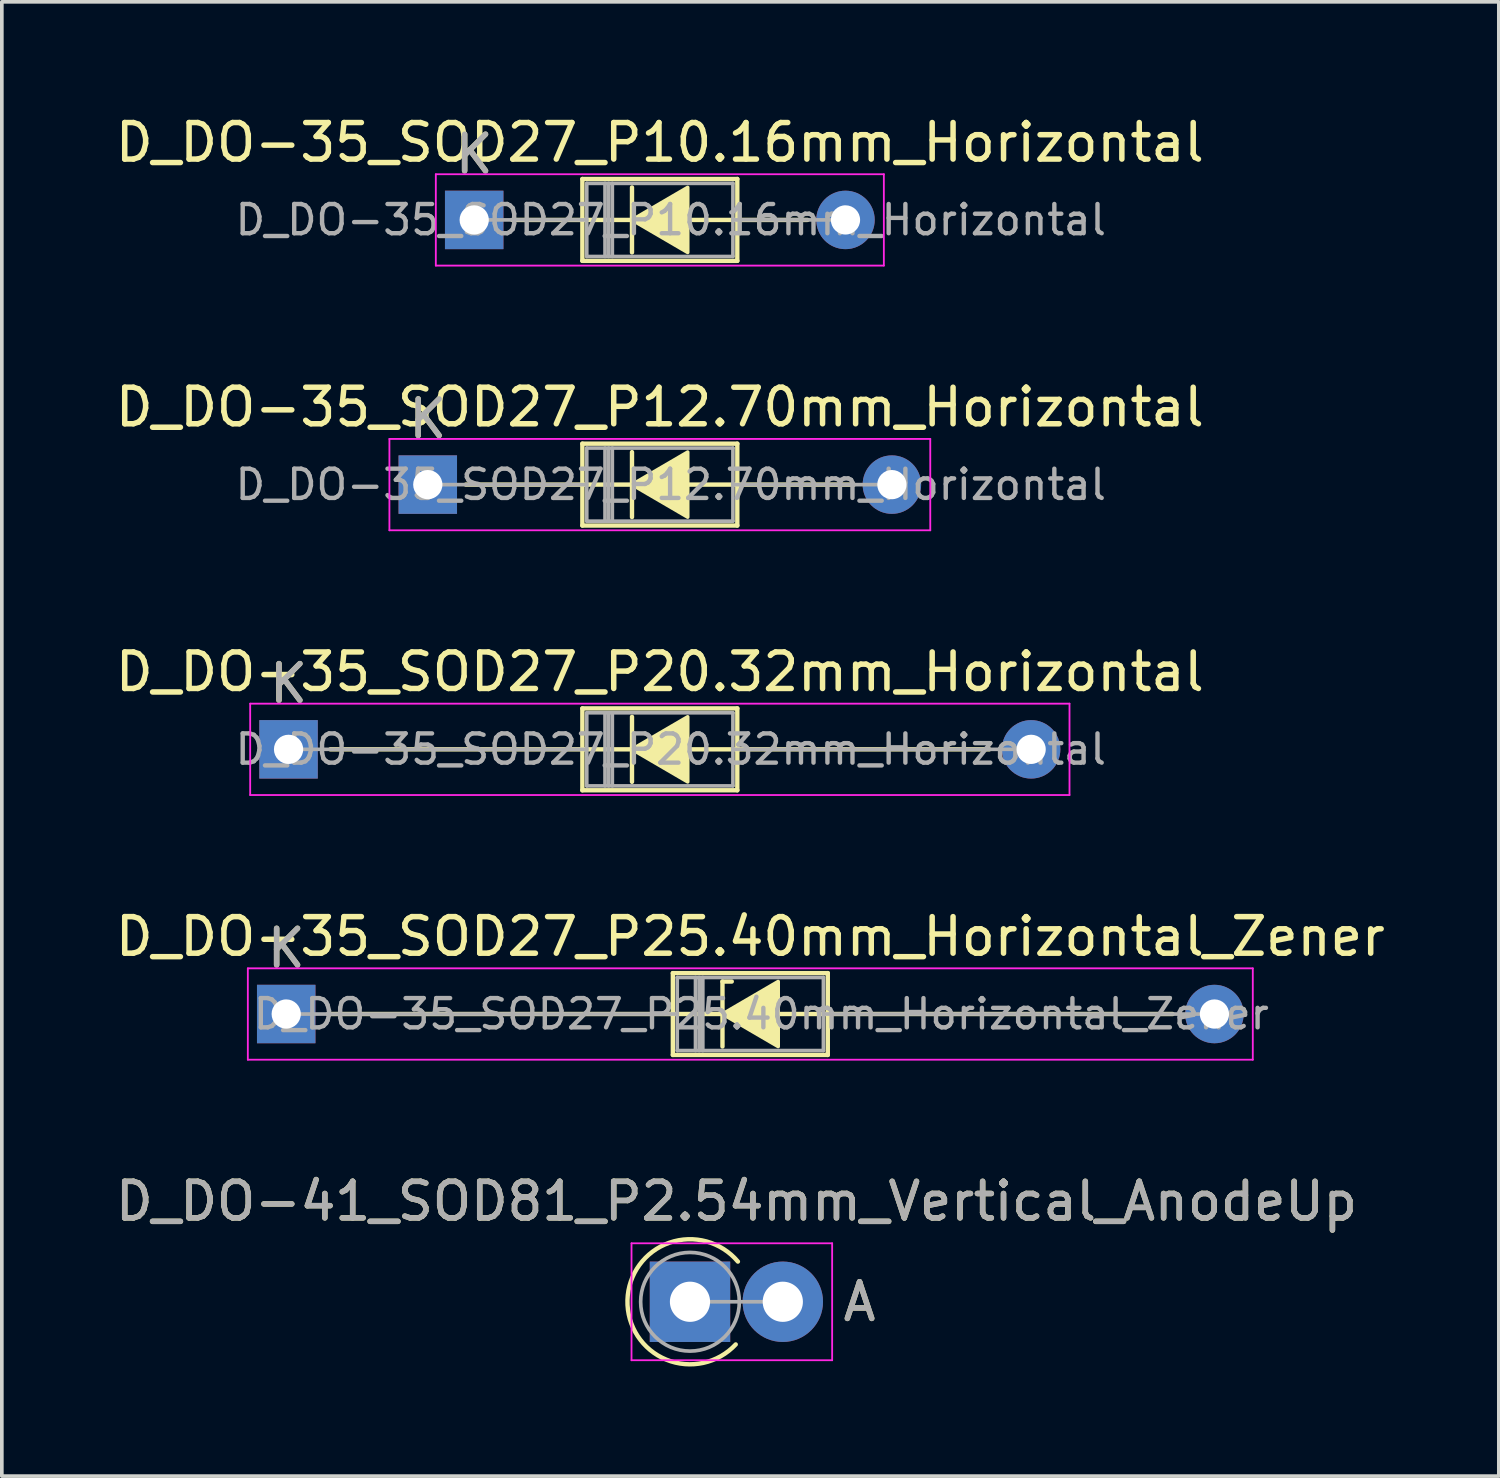
<source format=kicad_pcb>
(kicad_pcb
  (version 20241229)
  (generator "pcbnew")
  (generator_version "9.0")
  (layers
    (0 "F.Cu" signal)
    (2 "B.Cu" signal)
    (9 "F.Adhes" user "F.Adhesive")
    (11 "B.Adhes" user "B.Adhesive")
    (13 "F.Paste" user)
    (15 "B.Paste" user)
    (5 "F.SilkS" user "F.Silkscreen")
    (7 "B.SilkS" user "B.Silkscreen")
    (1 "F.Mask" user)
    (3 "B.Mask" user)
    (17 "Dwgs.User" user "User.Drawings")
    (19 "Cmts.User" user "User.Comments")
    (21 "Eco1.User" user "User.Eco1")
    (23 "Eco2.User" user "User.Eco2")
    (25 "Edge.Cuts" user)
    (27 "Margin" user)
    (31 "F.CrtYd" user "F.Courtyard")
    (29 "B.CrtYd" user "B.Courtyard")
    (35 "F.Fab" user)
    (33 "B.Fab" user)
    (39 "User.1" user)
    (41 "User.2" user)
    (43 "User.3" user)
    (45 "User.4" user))
  (footprint "D_DO-41_SOD81_P2.54mm_Vertical_AnodeUp"
    (layer "F.Cu")
    (at 15.831 32.572)
    (property "Reference" "D_DO-41_SOD81_P2.54mm_Vertical_AnodeUp" (at 1.27 -2.751 0) (layer "F.SilkS") (effects (font (size 1 1) (thickness 0.15))))
    (attr through_hole)
    (fp_arc (start 1.251551 1.167366) (mid -1.710877 -0.044974) (end 1.311153 -1.1) (stroke (width 0.12) (type solid)) (layer "F.SilkS"))
    (fp_line (start -1.6 -1.6) (end -1.6 1.6) (stroke (width 0.05) (type solid)) (layer "F.CrtYd"))
    (fp_line (start -1.6 1.6) (end 3.89 1.6) (stroke (width 0.05) (type solid)) (layer "F.CrtYd"))
    (fp_line (start 3.89 -1.6) (end -1.6 -1.6) (stroke (width 0.05) (type solid)) (layer "F.CrtYd"))
    (fp_line (start 3.89 1.6) (end 3.89 -1.6) (stroke (width 0.05) (type solid)) (layer "F.CrtYd"))
    (fp_line (start 0 0) (end 2.54 0) (stroke (width 0.1) (type solid)) (layer "F.Fab"))
    (fp_circle (center 0 0) (end 1.35 0) (stroke (width 0.1) (type solid)) (fill no) (layer "F.Fab"))
    (fp_text user "A" (at 4.64 0 0) (layer "F.SilkS") (effects (font (size 1 1) (thickness 0.15))))
    (fp_text user "${REFERENCE}" (at 1.27 -2.751 0) (layer "F.Fab") (effects (font (size 1 1) (thickness 0.15))))
    (fp_text user "A" (at 4.64 0 0) (layer "F.Fab") (effects (font (size 1 1) (thickness 0.15))))
    (pad "1" thru_hole rect (at 0 0) (size 2.2 2.2) (drill 1.1) (layers "*.Cu" "*.Mask"))
    (pad "2" thru_hole oval (at 2.54 0) (size 2.2 2.2) (drill 1.1) (layers "*.Cu" "*.Mask")))
  (footprint "D_DO-35_SOD27_P12.70mm_Horizontal"
    (layer "F.Cu")
    (at 8.656 10.211)
    (property "Reference" "D_DO-35_SOD27_P12.70mm_Horizontal" (at 6.35 -2.12 0) (layer "F.SilkS") (effects (font (size 1 1) (thickness 0.15))))
    (attr through_hole)
    (fp_line (start 1.04 0) (end 4.23 0) (stroke (width 0.12) (type solid)) (layer "F.SilkS"))
    (fp_line (start 4.23 -1.12) (end 4.23 1.12) (stroke (width 0.12) (type solid)) (layer "F.SilkS"))
    (fp_line (start 4.23 0) (end 5.969 0) (stroke (width 0.12) (type solid)) (layer "F.SilkS"))
    (fp_line (start 4.23 1.12) (end 8.47 1.12) (stroke (width 0.12) (type solid)) (layer "F.SilkS"))
    (fp_line (start 5.588 -0.889) (end 5.588 0.889) (stroke (width 0.12) (type solid)) (layer "F.SilkS"))
    (fp_line (start 8.47 -1.12) (end 4.23 -1.12) (stroke (width 0.12) (type solid)) (layer "F.SilkS"))
    (fp_line (start 8.47 0) (end 7.112 0) (stroke (width 0.12) (type solid)) (layer "F.SilkS"))
    (fp_line (start 8.47 1.12) (end 8.47 -1.12) (stroke (width 0.12) (type solid)) (layer "F.SilkS"))
    (fp_line (start 11.66 0) (end 8.47 0) (stroke (width 0.12) (type solid)) (layer "F.SilkS"))
    (fp_poly (pts (xy 7.112 0.889) (xy 5.588 0) (xy 7.112 -0.889)) (stroke (width 0.1) (type solid)) (fill yes) (layer "F.SilkS"))
    (fp_line (start -1.05 -1.25) (end -1.05 1.25) (stroke (width 0.05) (type solid)) (layer "F.CrtYd"))
    (fp_line (start -1.05 1.25) (end 13.75 1.25) (stroke (width 0.05) (type solid)) (layer "F.CrtYd"))
    (fp_line (start 13.75 -1.25) (end -1.05 -1.25) (stroke (width 0.05) (type solid)) (layer "F.CrtYd"))
    (fp_line (start 13.75 1.25) (end 13.75 -1.25) (stroke (width 0.05) (type solid)) (layer "F.CrtYd"))
    (fp_line (start 0 0) (end 4.35 0) (stroke (width 0.1) (type solid)) (layer "F.Fab"))
    (fp_line (start 4.35 -1) (end 4.35 1) (stroke (width 0.1) (type solid)) (layer "F.Fab"))
    (fp_line (start 4.35 1) (end 8.35 1) (stroke (width 0.1) (type solid)) (layer "F.Fab"))
    (fp_line (start 4.85 -1) (end 4.85 1) (stroke (width 0.1) (type solid)) (layer "F.Fab"))
    (fp_line (start 4.95 -1) (end 4.95 1) (stroke (width 0.1) (type solid)) (layer "F.Fab"))
    (fp_line (start 5.05 -1) (end 5.05 1) (stroke (width 0.1) (type solid)) (layer "F.Fab"))
    (fp_line (start 8.35 -1) (end 4.35 -1) (stroke (width 0.1) (type solid)) (layer "F.Fab"))
    (fp_line (start 8.35 1) (end 8.35 -1) (stroke (width 0.1) (type solid)) (layer "F.Fab"))
    (fp_line (start 12.7 0) (end 8.35 0) (stroke (width 0.1) (type solid)) (layer "F.Fab"))
    (fp_text user "K" (at 0 -1.8 0) (layer "F.SilkS") (effects (font (size 1 1) (thickness 0.15))))
    (fp_text user "K" (at 0 -1.8 0) (layer "F.Fab") (effects (font (size 1 1) (thickness 0.15))))
    (fp_text user "${REFERENCE}" (at 6.65 0 0) (layer "F.Fab") (effects (font (size 0.8 0.8) (thickness 0.12))))
    (pad "1" thru_hole rect (at 0 0) (size 1.6 1.6) (drill 0.8) (layers "*.Cu" "*.Mask"))
    (pad "2" thru_hole oval (at 12.7 0) (size 1.6 1.6) (drill 0.8) (layers "*.Cu" "*.Mask")))
  (footprint "D_DO-35_SOD27_P10.16mm_Horizontal"
    (layer "F.Cu")
    (at 9.926 2.968)
    (property "Reference" "D_DO-35_SOD27_P10.16mm_Horizontal" (at 5.08 -2.12 0) (layer "F.SilkS") (effects (font (size 1 1) (thickness 0.15))))
    (attr through_hole)
    (fp_line (start 1.04 0) (end 2.96 0) (stroke (width 0.12) (type solid)) (layer "F.SilkS"))
    (fp_line (start 2.921 0) (end 4.318 0) (stroke (width 0.12) (type solid)) (layer "F.SilkS"))
    (fp_line (start 2.96 -1.12) (end 2.96 1.12) (stroke (width 0.12) (type solid)) (layer "F.SilkS"))
    (fp_line (start 2.96 1.12) (end 7.2 1.12) (stroke (width 0.12) (type solid)) (layer "F.SilkS"))
    (fp_line (start 4.318 -0.889) (end 4.318 0.889) (stroke (width 0.12) (type solid)) (layer "F.SilkS"))
    (fp_line (start 7.2 -1.12) (end 2.96 -1.12) (stroke (width 0.12) (type solid)) (layer "F.SilkS"))
    (fp_line (start 7.2 0) (end 5.905 0) (stroke (width 0.12) (type solid)) (layer "F.SilkS"))
    (fp_line (start 7.2 1.12) (end 7.2 -1.12) (stroke (width 0.12) (type solid)) (layer "F.SilkS"))
    (fp_line (start 9.12 0) (end 7.2 0) (stroke (width 0.12) (type solid)) (layer "F.SilkS"))
    (fp_poly (pts (xy 5.842 0.889) (xy 4.318 0) (xy 5.842 -0.889)) (stroke (width 0.1) (type solid)) (fill yes) (layer "F.SilkS"))
    (fp_line (start -1.05 -1.25) (end -1.05 1.25) (stroke (width 0.05) (type solid)) (layer "F.CrtYd"))
    (fp_line (start -1.05 1.25) (end 11.21 1.25) (stroke (width 0.05) (type solid)) (layer "F.CrtYd"))
    (fp_line (start 11.21 -1.25) (end -1.05 -1.25) (stroke (width 0.05) (type solid)) (layer "F.CrtYd"))
    (fp_line (start 11.21 1.25) (end 11.21 -1.25) (stroke (width 0.05) (type solid)) (layer "F.CrtYd"))
    (fp_line (start 0 0) (end 3.08 0) (stroke (width 0.1) (type solid)) (layer "F.Fab"))
    (fp_line (start 3.08 -1) (end 3.08 1) (stroke (width 0.1) (type solid)) (layer "F.Fab"))
    (fp_line (start 3.08 1) (end 7.08 1) (stroke (width 0.1) (type solid)) (layer "F.Fab"))
    (fp_line (start 3.58 -1) (end 3.58 1) (stroke (width 0.1) (type solid)) (layer "F.Fab"))
    (fp_line (start 3.68 -1) (end 3.68 1) (stroke (width 0.1) (type solid)) (layer "F.Fab"))
    (fp_line (start 3.78 -1) (end 3.78 1) (stroke (width 0.1) (type solid)) (layer "F.Fab"))
    (fp_line (start 7.08 -1) (end 3.08 -1) (stroke (width 0.1) (type solid)) (layer "F.Fab"))
    (fp_line (start 7.08 1) (end 7.08 -1) (stroke (width 0.1) (type solid)) (layer "F.Fab"))
    (fp_line (start 10.16 0) (end 7.08 0) (stroke (width 0.1) (type solid)) (layer "F.Fab"))
    (fp_text user "K" (at 0 -1.8 0) (layer "F.SilkS") (effects (font (size 1 1) (thickness 0.15))))
    (fp_text user "K" (at 0 -1.8 0) (layer "F.Fab") (effects (font (size 1 1) (thickness 0.15))))
    (fp_text user "${REFERENCE}" (at 5.38 0 0) (layer "F.Fab") (effects (font (size 0.8 0.8) (thickness 0.12))))
    (pad "1" thru_hole rect (at 0 0) (size 1.6 1.6) (drill 0.8) (layers "*.Cu" "*.Mask"))
    (pad "2" thru_hole oval (at 10.16 0) (size 1.6 1.6) (drill 0.8) (layers "*.Cu" "*.Mask")))
  (footprint "D_DO-35_SOD27_P20.32mm_Horizontal"
    (layer "F.Cu")
    (at 4.846 17.455)
    (property "Reference" "D_DO-35_SOD27_P20.32mm_Horizontal" (at 10.16 -2.12 0) (layer "F.SilkS") (effects (font (size 1 1) (thickness 0.15))))
    (attr through_hole)
    (fp_line (start 1.143 0) (end 8.04 0) (stroke (width 0.12) (type solid)) (layer "F.SilkS"))
    (fp_line (start 8.04 -1.12) (end 8.04 1.12) (stroke (width 0.12) (type solid)) (layer "F.SilkS"))
    (fp_line (start 8.04 0) (end 9.779 0) (stroke (width 0.12) (type solid)) (layer "F.SilkS"))
    (fp_line (start 8.04 1.12) (end 12.28 1.12) (stroke (width 0.12) (type solid)) (layer "F.SilkS"))
    (fp_line (start 9.398 -0.889) (end 9.398 0.889) (stroke (width 0.12) (type solid)) (layer "F.SilkS"))
    (fp_line (start 12.28 -1.12) (end 8.04 -1.12) (stroke (width 0.12) (type solid)) (layer "F.SilkS"))
    (fp_line (start 12.28 0) (end 10.922 0) (stroke (width 0.12) (type solid)) (layer "F.SilkS"))
    (fp_line (start 12.28 1.12) (end 12.28 -1.12) (stroke (width 0.12) (type solid)) (layer "F.SilkS"))
    (fp_line (start 19.177 0) (end 12.28 0) (stroke (width 0.12) (type solid)) (layer "F.SilkS"))
    (fp_poly (pts (xy 10.922 0.889) (xy 9.398 0) (xy 10.922 -0.889)) (stroke (width 0.1) (type solid)) (fill yes) (layer "F.SilkS"))
    (fp_line (start -1.05 -1.25) (end -1.05 1.25) (stroke (width 0.05) (type solid)) (layer "F.CrtYd"))
    (fp_line (start -1.05 1.25) (end 21.37 1.25) (stroke (width 0.05) (type solid)) (layer "F.CrtYd"))
    (fp_line (start 21.37 -1.25) (end -1.05 -1.25) (stroke (width 0.05) (type solid)) (layer "F.CrtYd"))
    (fp_line (start 21.37 1.25) (end 21.37 -1.25) (stroke (width 0.05) (type solid)) (layer "F.CrtYd"))
    (fp_line (start 0 0) (end 8.16 0) (stroke (width 0.1) (type solid)) (layer "F.Fab"))
    (fp_line (start 8.16 -1) (end 8.16 1) (stroke (width 0.1) (type solid)) (layer "F.Fab"))
    (fp_line (start 8.16 1) (end 12.16 1) (stroke (width 0.1) (type solid)) (layer "F.Fab"))
    (fp_line (start 8.66 -1) (end 8.66 1) (stroke (width 0.1) (type solid)) (layer "F.Fab"))
    (fp_line (start 8.76 -1) (end 8.76 1) (stroke (width 0.1) (type solid)) (layer "F.Fab"))
    (fp_line (start 8.86 -1) (end 8.86 1) (stroke (width 0.1) (type solid)) (layer "F.Fab"))
    (fp_line (start 12.16 -1) (end 8.16 -1) (stroke (width 0.1) (type solid)) (layer "F.Fab"))
    (fp_line (start 12.16 1) (end 12.16 -1) (stroke (width 0.1) (type solid)) (layer "F.Fab"))
    (fp_line (start 20.32 0) (end 12.16 0) (stroke (width 0.1) (type solid)) (layer "F.Fab"))
    (fp_text user "K" (at 0 -1.8 0) (layer "F.SilkS") (effects (font (size 1 1) (thickness 0.15))))
    (fp_text user "${REFERENCE}" (at 10.46 0 0) (layer "F.Fab") (effects (font (size 0.8 0.8) (thickness 0.12))))
    (fp_text user "K" (at 0 -1.8 0) (layer "F.Fab") (effects (font (size 1 1) (thickness 0.15))))
    (pad "1" thru_hole rect (at 0 0) (size 1.6 1.6) (drill 0.8) (layers "*.Cu" "*.Mask"))
    (pad "2" thru_hole oval (at 20.32 0) (size 1.6 1.6) (drill 0.8) (layers "*.Cu" "*.Mask")))
  (footprint "D_DO-35_SOD27_P25.40mm_Horizontal_Zener"
    (layer "F.Cu")
    (at 4.782 24.698)
    (property "Reference" "D_DO-35_SOD27_P25.40mm_Horizontal_Zener" (at 12.7 -2.12 0) (layer "F.SilkS") (effects (font (size 1 1) (thickness 0.15))))
    (attr through_hole)
    (fp_line (start 1.143 0) (end 10.58 0) (stroke (width 0.12) (type solid)) (layer "F.SilkS"))
    (fp_line (start 10.58 -1.12) (end 10.58 1.12) (stroke (width 0.12) (type solid)) (layer "F.SilkS"))
    (fp_line (start 10.58 0) (end 12.192 0) (stroke (width 0.12) (type solid)) (layer "F.SilkS"))
    (fp_line (start 10.58 1.12) (end 14.82 1.12) (stroke (width 0.12) (type solid)) (layer "F.SilkS"))
    (fp_line (start 11.938 -0.889) (end 11.938 0.889) (stroke (width 0.12) (type solid)) (layer "F.SilkS"))
    (fp_line (start 11.938 -0.889) (end 12.192 -0.889) (stroke (width 0.12) (type solid)) (layer "F.SilkS"))
    (fp_line (start 14.82 -1.12) (end 10.58 -1.12) (stroke (width 0.12) (type solid)) (layer "F.SilkS"))
    (fp_line (start 14.82 0) (end 13.462 0) (stroke (width 0.12) (type solid)) (layer "F.SilkS"))
    (fp_line (start 14.82 1.12) (end 14.82 -1.12) (stroke (width 0.12) (type solid)) (layer "F.SilkS"))
    (fp_line (start 24.257 0) (end 14.82 0) (stroke (width 0.12) (type solid)) (layer "F.SilkS"))
    (fp_poly (pts (xy 13.462 0.889) (xy 11.938 0) (xy 13.462 -0.889)) (stroke (width 0.1) (type solid)) (fill yes) (layer "F.SilkS"))
    (fp_line (start -1.05 -1.25) (end -1.05 1.25) (stroke (width 0.05) (type solid)) (layer "F.CrtYd"))
    (fp_line (start -1.05 1.25) (end 26.45 1.25) (stroke (width 0.05) (type solid)) (layer "F.CrtYd"))
    (fp_line (start 26.45 -1.25) (end -1.05 -1.25) (stroke (width 0.05) (type solid)) (layer "F.CrtYd"))
    (fp_line (start 26.45 1.25) (end 26.45 -1.25) (stroke (width 0.05) (type solid)) (layer "F.CrtYd"))
    (fp_line (start 0 0) (end 10.7 0) (stroke (width 0.1) (type solid)) (layer "F.Fab"))
    (fp_line (start 10.7 -1) (end 10.7 1) (stroke (width 0.1) (type solid)) (layer "F.Fab"))
    (fp_line (start 10.7 1) (end 14.7 1) (stroke (width 0.1) (type solid)) (layer "F.Fab"))
    (fp_line (start 11.2 -1) (end 11.2 1) (stroke (width 0.1) (type solid)) (layer "F.Fab"))
    (fp_line (start 11.3 -1) (end 11.3 1) (stroke (width 0.1) (type solid)) (layer "F.Fab"))
    (fp_line (start 11.4 -1) (end 11.4 1) (stroke (width 0.1) (type solid)) (layer "F.Fab"))
    (fp_line (start 14.7 -1) (end 10.7 -1) (stroke (width 0.1) (type solid)) (layer "F.Fab"))
    (fp_line (start 14.7 1) (end 14.7 -1) (stroke (width 0.1) (type solid)) (layer "F.Fab"))
    (fp_line (start 25.4 0) (end 14.7 0) (stroke (width 0.1) (type solid)) (layer "F.Fab"))
    (fp_text user "K" (at 0 -1.8 0) (layer "F.SilkS") (effects (font (size 1 1) (thickness 0.15))))
    (fp_text user "${REFERENCE}" (at 13 0 0) (layer "F.Fab") (effects (font (size 0.8 0.8) (thickness 0.12))))
    (fp_text user "K" (at 0 -1.8 0) (layer "F.Fab") (effects (font (size 1 1) (thickness 0.15))))
    (pad "1" thru_hole rect (at 0 0) (size 1.6 1.6) (drill 0.8) (layers "*.Cu" "*.Mask"))
    (pad "2" thru_hole oval (at 25.4 0) (size 1.6 1.6) (drill 0.8) (layers "*.Cu" "*.Mask")))
  (gr_rect
    (start -3 -3)
    (end 37.964 37.343)
    (stroke (width 0.1) (type default))
    (fill no)
    (layer "Edge.Cuts")))
</source>
